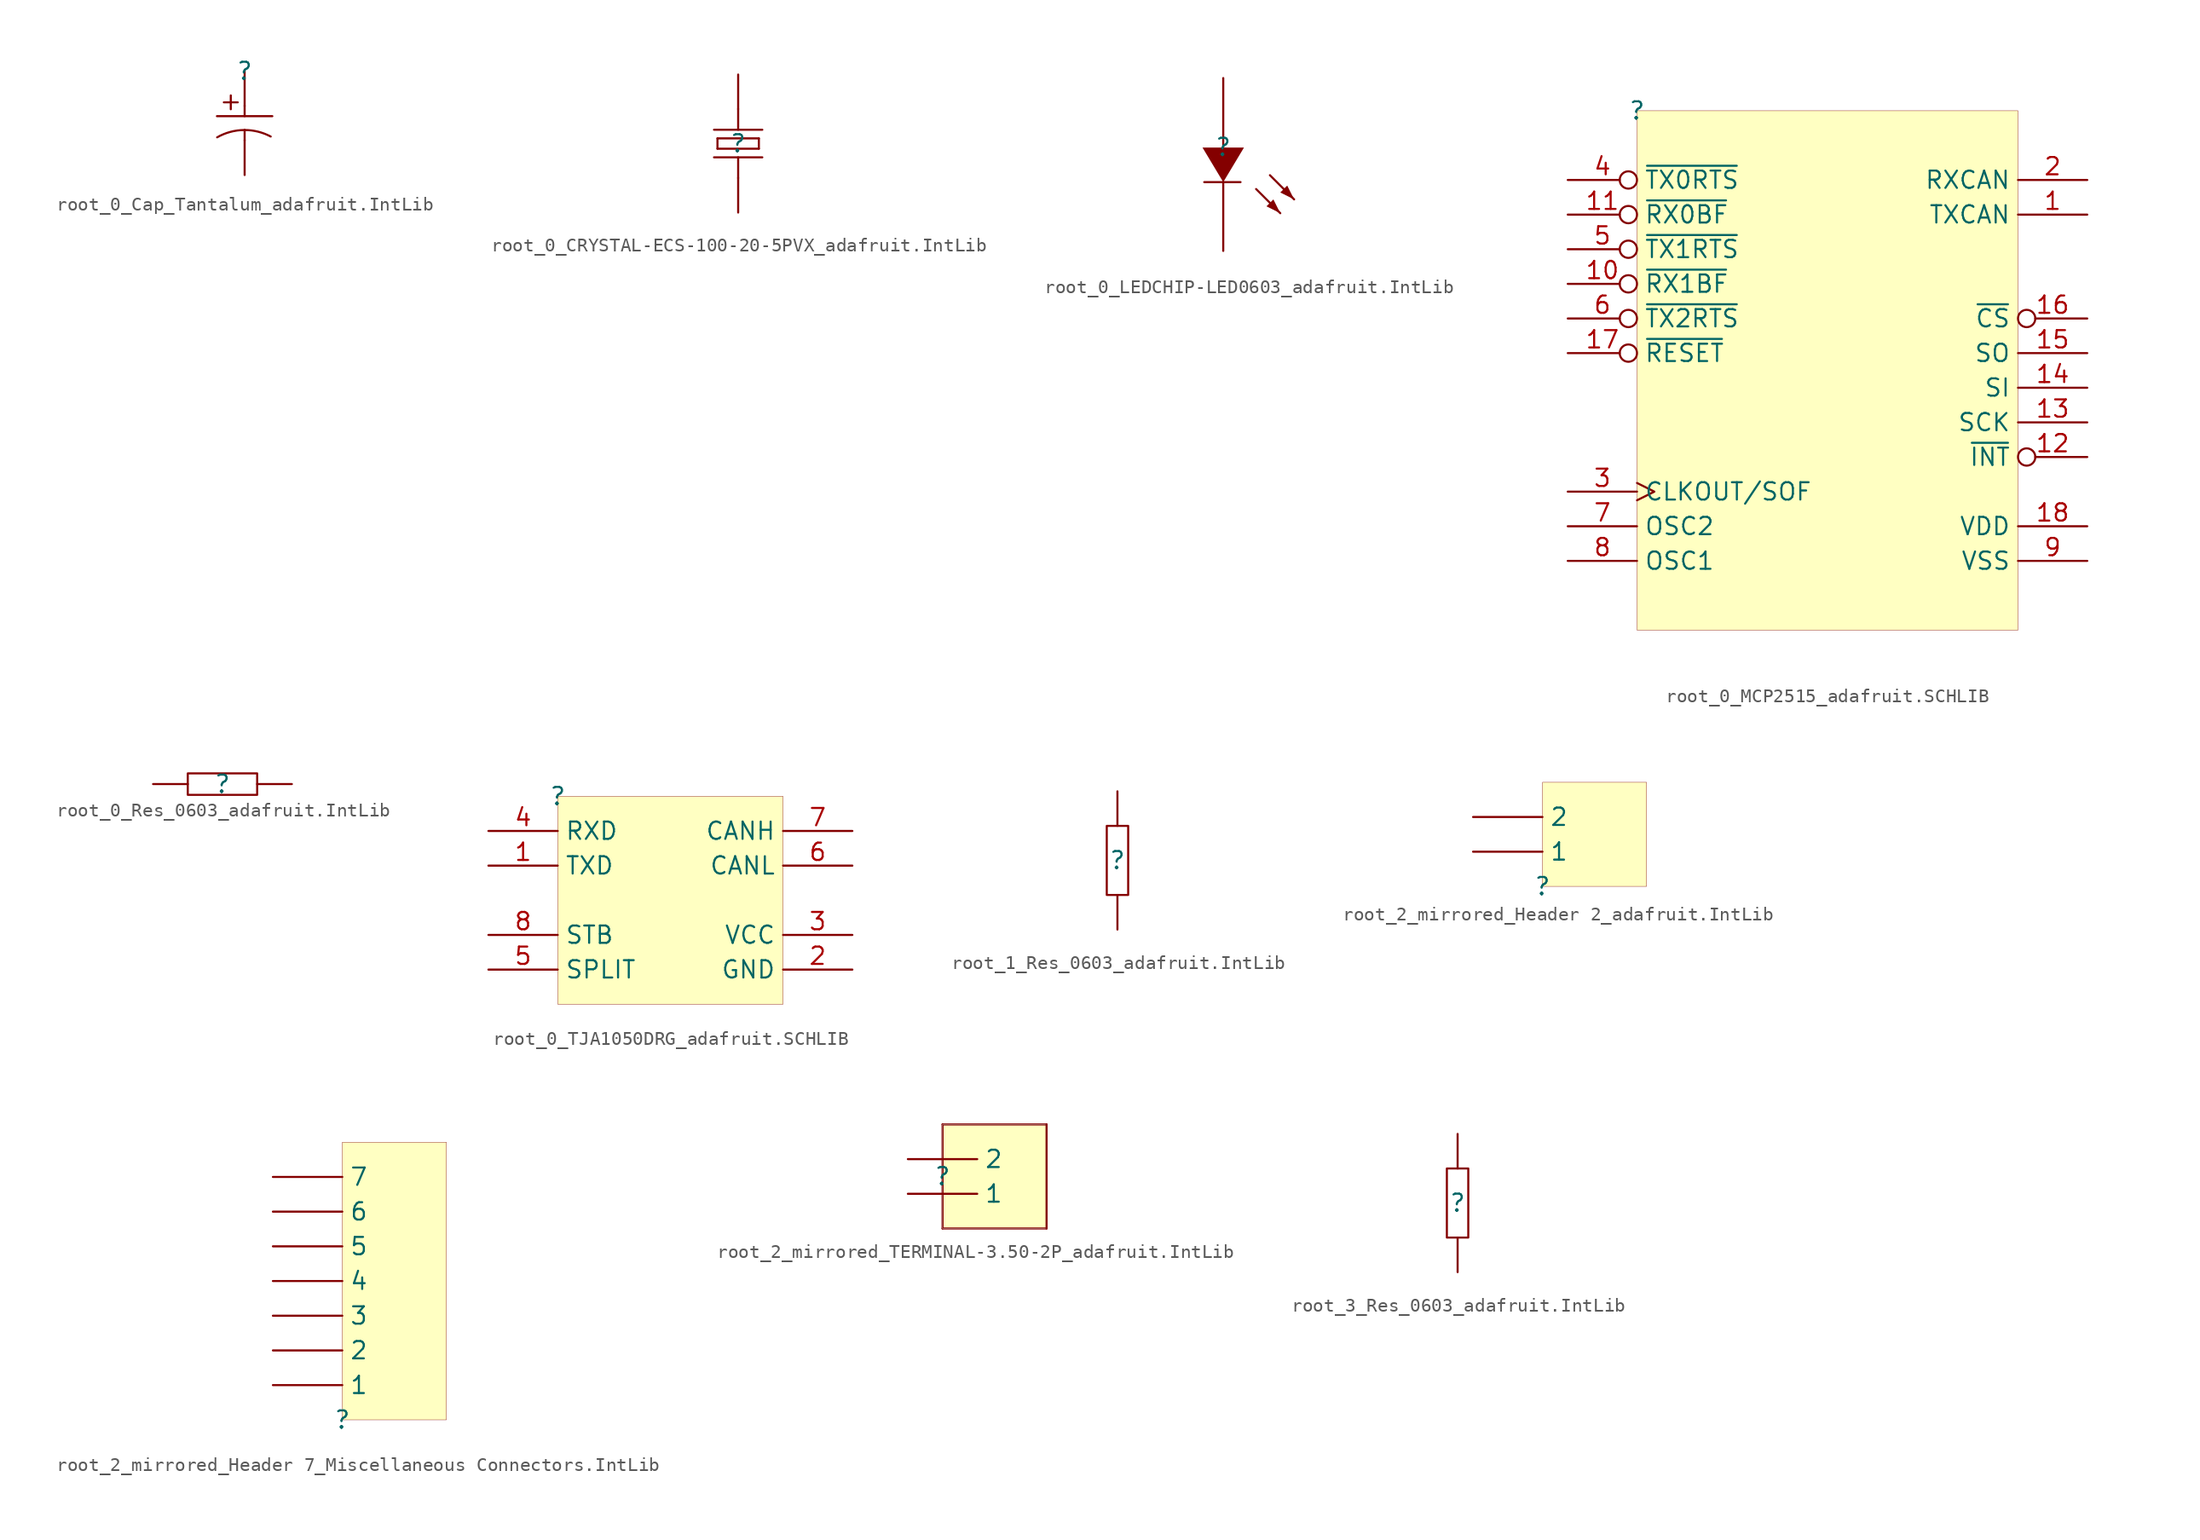
<source format=kicad_sym>
(kicad_symbol_lib
  (version 20241209)
  (generator "kicad_symbol_editor")
  (generator_version "9.0")
  (symbol "root_0_Cap_Tantalum_adafruit.IntLib"
    (pin_numbers
      (hide yes))
    (pin_names
      (hide yes))
    (property "Reference" ""
      (at 0 0 0)
      (effects (font (size 1.27 1.27))))
    (property "Value" ""
      (at 0 0 0)
      (effects (font (size 1.27 1.27))))
    (symbol "root_0_Cap_Tantalum_adafruit.IntLib_1_0"
      (polyline (pts (xy -2.032 -3.302) (xy 2.032 -3.302)) (stroke (width 0) (type solid)) (fill (type none)))
      (polyline (pts (xy -1.524 -2.286) (xy -0.508 -2.286)) (stroke (width 0) (type solid)) (fill (type none)))
      (polyline (pts (xy -1.016 -1.778) (xy -1.016 -2.794)) (stroke (width 0) (type solid)) (fill (type none)))
      (polyline (pts (xy 0 -2.54) (xy 0 -3.302)) (stroke (width 0) (type solid)) (fill (type none)))
      (polyline (pts (xy 0 -4.318) (xy 0 -5.08)) (stroke (width 0) (type solid)) (fill (type none)))
      (arc (start -2.0163 -4.8535) (mid -1.0431 -4.4542) (end 0 -4.318) (stroke (width 0) (type solid)) (fill (type none)))
      (arc (start 0 -4.318) (mid 0.9856 -4.4393) (end 1.9124 -4.7961) (stroke (width 0) (type solid)) (fill (type none)))
      (pin passive line (at 0 0 270) (length 2.54) (name "1" (effects (font (size 1.27 1.27)))) (number "1" (effects (font (size 1.27 1.27)))))
      (pin passive line (at 0 -7.62 90) (length 2.54) (name "2" (effects (font (size 1.27 1.27)))) (number "2" (effects (font (size 1.27 1.27)))))))
  (symbol "root_0_CRYSTAL-ECS-100-20-5PVX_adafruit.IntLib"
    (pin_numbers
      (hide yes))
    (pin_names
      (hide yes))
    (property "Reference" ""
      (at 0 0 0)
      (effects (font (size 1.27 1.27))))
    (property "Value" ""
      (at 0 0 0)
      (effects (font (size 1.27 1.27))))
    (symbol "root_0_CRYSTAL-ECS-100-20-5PVX_adafruit.IntLib_1_0"
      (polyline (pts (xy -1.778 1.016) (xy 1.778 1.016)) (stroke (width 0) (type solid)) (fill (type none)))
      (polyline (pts (xy -1.778 -1.016) (xy 1.778 -1.016)) (stroke (width 0) (type solid)) (fill (type none)))
      (polyline (pts (xy -1.524 0.381) (xy -1.524 -0.381)) (stroke (width 0) (type solid)) (fill (type none)))
      (polyline (pts (xy -1.524 -0.381) (xy 1.524 -0.381)) (stroke (width 0) (type solid)) (fill (type none)))
      (polyline (pts (xy 0 1.016) (xy 0 2.54)) (stroke (width 0) (type solid)) (fill (type none)))
      (polyline (pts (xy 0 -2.54) (xy 0 -1.016)) (stroke (width 0) (type solid)) (fill (type none)))
      (polyline (pts (xy 1.524 0.381) (xy -1.524 0.381)) (stroke (width 0) (type solid)) (fill (type none)))
      (polyline (pts (xy 1.524 -0.381) (xy 1.524 0.381)) (stroke (width 0) (type solid)) (fill (type none)))
      (pin passive line (at 0 5.08 270) (length 2.54) (name "2" (effects (font (size 1.27 1.27)))) (number "2" (effects (font (size 1.27 1.27)))))
      (pin passive line (at 0 -5.08 90) (length 2.54) (name "1" (effects (font (size 1.27 1.27)))) (number "1" (effects (font (size 1.27 1.27)))))))
  (symbol "root_0_LEDCHIP-LED0603_adafruit.IntLib"
    (pin_numbers
      (hide yes))
    (pin_names
      (hide yes))
    (property "Reference" ""
      (at 0 0 0)
      (effects (font (size 1.27 1.27))))
    (property "Value" ""
      (at 0 0 0)
      (effects (font (size 1.27 1.27))))
    (symbol "root_0_LEDCHIP-LED0603_adafruit.IntLib_1_0"
      (polyline (pts (xy -1.524 -0.025) (xy 0 -2.565) (xy 1.524 -0.025) (xy -1.524 -0.025)) (stroke (width -0.0001) (type solid)) (fill (type outline)))
      (polyline (pts (xy 1.27 -2.565) (xy -1.397 -2.565)) (stroke (width 0) (type solid)) (fill (type none)))
      (polyline (pts (xy 2.413 -3.073) (xy 4.191 -4.851)) (stroke (width 0) (type solid)) (fill (type none)))
      (polyline (pts (xy 3.429 -2.057) (xy 5.207 -3.835)) (stroke (width 0) (type solid)) (fill (type none)))
      (polyline (pts (xy 4.191 -4.851) (xy 3.683 -3.835) (xy 3.175 -4.343) (xy 4.191 -4.851)) (stroke (width -0.0001) (type solid)) (fill (type outline)))
      (polyline (pts (xy 5.207 -3.835) (xy 4.699 -2.819) (xy 4.191 -3.327) (xy 5.207 -3.835)) (stroke (width -0.0001) (type solid)) (fill (type outline)))
      (pin passive line (at 0 5.08 270) (length 5.08) (name "A" (effects (font (size 1.27 1.27)))) (number "A" (effects (font (size 1.27 1.27)))))
      (pin passive line (at 0 -7.62 90) (length 5.08) (name "K" (effects (font (size 1.27 1.27)))) (number "C" (effects (font (size 1.27 1.27)))))))
  (symbol "root_0_MCP2515_adafruit.SCHLIB"
    (property "Reference" ""
      (at 0 0 0)
      (effects (font (size 1.27 1.27))))
    (property "Value" ""
      (at 0 0 0)
      (effects (font (size 1.27 1.27))))
    (symbol "root_0_MCP2515_adafruit.SCHLIB_1_0"
      (rectangle (start 27.94 0) (end 0 -38.1) (stroke (width 0.025) (type solid) (color 128 0 0 1)) (fill (type background)))
      (pin passive inverted (at -5.08 -5.08 0) (length 5.08) (name "~{TX0RTS}" (effects (font (size 1.27 1.27)))) (number "4" (effects (font (size 1.27 1.27)))))
      (pin passive inverted (at -5.08 -7.62 0) (length 5.08) (name "~{RX0BF}" (effects (font (size 1.27 1.27)))) (number "11" (effects (font (size 1.27 1.27)))))
      (pin passive inverted (at -5.08 -10.16 0) (length 5.08) (name "~{TX1RTS}" (effects (font (size 1.27 1.27)))) (number "5" (effects (font (size 1.27 1.27)))))
      (pin passive inverted (at -5.08 -12.7 0) (length 5.08) (name "~{RX1BF}" (effects (font (size 1.27 1.27)))) (number "10" (effects (font (size 1.27 1.27)))))
      (pin passive inverted (at -5.08 -15.24 0) (length 5.08) (name "~{TX2RTS}" (effects (font (size 1.27 1.27)))) (number "6" (effects (font (size 1.27 1.27)))))
      (pin passive inverted (at -5.08 -17.78 0) (length 5.08) (name "~{RESET}" (effects (font (size 1.27 1.27)))) (number "17" (effects (font (size 1.27 1.27)))))
      (pin passive clock (at -5.08 -27.94 0) (length 5.08) (name "CLKOUT/SOF" (effects (font (size 1.27 1.27)))) (number "3" (effects (font (size 1.27 1.27)))))
      (pin passive line (at -5.08 -30.48 0) (length 5.08) (name "OSC2" (effects (font (size 1.27 1.27)))) (number "7" (effects (font (size 1.27 1.27)))))
      (pin passive line (at -5.08 -33.02 0) (length 5.08) (name "OSC1" (effects (font (size 1.27 1.27)))) (number "8" (effects (font (size 1.27 1.27)))))
      (pin passive line (at 33.02 -5.08 180) (length 5.08) (name "RXCAN" (effects (font (size 1.27 1.27)))) (number "2" (effects (font (size 1.27 1.27)))))
      (pin passive line (at 33.02 -7.62 180) (length 5.08) (name "TXCAN" (effects (font (size 1.27 1.27)))) (number "1" (effects (font (size 1.27 1.27)))))
      (pin passive inverted (at 33.02 -15.24 180) (length 5.08) (name "~{CS}" (effects (font (size 1.27 1.27)))) (number "16" (effects (font (size 1.27 1.27)))))
      (pin passive line (at 33.02 -17.78 180) (length 5.08) (name "SO" (effects (font (size 1.27 1.27)))) (number "15" (effects (font (size 1.27 1.27)))))
      (pin passive line (at 33.02 -20.32 180) (length 5.08) (name "SI" (effects (font (size 1.27 1.27)))) (number "14" (effects (font (size 1.27 1.27)))))
      (pin passive line (at 33.02 -22.86 180) (length 5.08) (name "SCK" (effects (font (size 1.27 1.27)))) (number "13" (effects (font (size 1.27 1.27)))))
      (pin passive inverted (at 33.02 -25.4 180) (length 5.08) (name "~{INT}" (effects (font (size 1.27 1.27)))) (number "12" (effects (font (size 1.27 1.27)))))
      (pin passive line (at 33.02 -30.48 180) (length 5.08) (name "VDD" (effects (font (size 1.27 1.27)))) (number "18" (effects (font (size 1.27 1.27)))))
      (pin passive line (at 33.02 -33.02 180) (length 5.08) (name "VSS" (effects (font (size 1.27 1.27)))) (number "9" (effects (font (size 1.27 1.27)))))))
  (symbol "root_0_Res_0603_adafruit.IntLib"
    (pin_numbers
      (hide yes))
    (pin_names
      (hide yes))
    (property "Reference" ""
      (at 0 0 0)
      (effects (font (size 1.27 1.27))))
    (property "Value" ""
      (at 0 0 0)
      (effects (font (size 1.27 1.27))))
    (symbol "root_0_Res_0603_adafruit.IntLib_1_0"
      (rectangle (start 2.54 0.783) (end -2.54 -0.79) (stroke (width 0) (type solid)) (fill (type none)))
      (pin passive line (at -5.08 0 0) (length 2.54) (name "2" (effects (font (size 1.27 1.27)))) (number "2" (effects (font (size 1.27 1.27)))))
      (pin passive line (at 5.08 0 180) (length 2.54) (name "1" (effects (font (size 1.27 1.27)))) (number "1" (effects (font (size 1.27 1.27)))))))
  (symbol "root_0_TJA1050DRG_adafruit.SCHLIB"
    (property "Reference" ""
      (at 0 0 0)
      (effects (font (size 1.27 1.27))))
    (property "Value" ""
      (at 0 0 0)
      (effects (font (size 1.27 1.27))))
    (symbol "root_0_TJA1050DRG_adafruit.SCHLIB_1_0"
      (rectangle (start 16.51 0) (end 0 -15.24) (stroke (width 0.025) (type solid) (color 128 0 0 1)) (fill (type background)))
      (pin passive line (at -5.08 -2.54 0) (length 5.08) (name "RXD" (effects (font (size 1.27 1.27)))) (number "4" (effects (font (size 1.27 1.27)))))
      (pin passive line (at -5.08 -5.08 0) (length 5.08) (name "TXD" (effects (font (size 1.27 1.27)))) (number "1" (effects (font (size 1.27 1.27)))))
      (pin passive line (at -5.08 -10.16 0) (length 5.08) (name "STB" (effects (font (size 1.27 1.27)))) (number "8" (effects (font (size 1.27 1.27)))))
      (pin passive line (at -5.08 -12.7 0) (length 5.08) (name "SPLIT" (effects (font (size 1.27 1.27)))) (number "5" (effects (font (size 1.27 1.27)))))
      (pin passive line (at 21.59 -2.54 180) (length 5.08) (name "CANH" (effects (font (size 1.27 1.27)))) (number "7" (effects (font (size 1.27 1.27)))))
      (pin passive line (at 21.59 -5.08 180) (length 5.08) (name "CANL" (effects (font (size 1.27 1.27)))) (number "6" (effects (font (size 1.27 1.27)))))
      (pin passive line (at 21.59 -10.16 180) (length 5.08) (name "VCC" (effects (font (size 1.27 1.27)))) (number "3" (effects (font (size 1.27 1.27)))))
      (pin passive line (at 21.59 -12.7 180) (length 5.08) (name "GND" (effects (font (size 1.27 1.27)))) (number "2" (effects (font (size 1.27 1.27)))))))
  (symbol "root_1_Res_0603_adafruit.IntLib"
    (pin_numbers
      (hide yes))
    (pin_names
      (hide yes))
    (property "Reference" ""
      (at 0 0 0)
      (effects (font (size 1.27 1.27))))
    (property "Value" ""
      (at 0 0 0)
      (effects (font (size 1.27 1.27))))
    (symbol "root_1_Res_0603_adafruit.IntLib_1_0"
      (rectangle (start 0.79 2.54) (end -0.783 -2.54) (stroke (width 0) (type solid)) (fill (type none)))
      (pin passive line (at 0 5.08 270) (length 2.54) (name "1" (effects (font (size 1.27 1.27)))) (number "1" (effects (font (size 1.27 1.27)))))
      (pin passive line (at 0 -5.08 90) (length 2.54) (name "2" (effects (font (size 1.27 1.27)))) (number "2" (effects (font (size 1.27 1.27)))))))
  (symbol "root_2_mirrored_Header 2_adafruit.IntLib"
    (pin_numbers
      (hide yes))
    (property "Reference" ""
      (at 0 0 0)
      (effects (font (size 1.27 1.27))))
    (property "Value" ""
      (at 0 0 0)
      (effects (font (size 1.27 1.27))))
    (symbol "root_2_mirrored_Header 2_adafruit.IntLib_1_0"
      (rectangle (start 7.62 7.62) (end 0 0) (stroke (width 0.025) (type solid) (color 128 0 0 1)) (fill (type background)))
      (pin passive line (at -5.08 5.08 0) (length 5.08) (name "2" (effects (font (size 1.27 1.27)))) (number "2" (effects (font (size 1.27 1.27)))))
      (pin passive line (at -5.08 2.54 0) (length 5.08) (name "1" (effects (font (size 1.27 1.27)))) (number "1" (effects (font (size 1.27 1.27)))))))
  (symbol "root_2_mirrored_Header 7_Miscellaneous Connectors.IntLib"
    (pin_numbers
      (hide yes))
    (property "Reference" ""
      (at 0 0 0)
      (effects (font (size 1.27 1.27))))
    (property "Value" ""
      (at 0 0 0)
      (effects (font (size 1.27 1.27))))
    (symbol "root_2_mirrored_Header 7_Miscellaneous Connectors.IntLib_1_0"
      (rectangle (start 7.62 20.32) (end 0 0) (stroke (width 0.025) (type solid) (color 128 0 0 1)) (fill (type background)))
      (pin passive line (at -5.08 17.78 0) (length 5.08) (name "7" (effects (font (size 1.27 1.27)))) (number "7" (effects (font (size 1.27 1.27)))))
      (pin passive line (at -5.08 15.24 0) (length 5.08) (name "6" (effects (font (size 1.27 1.27)))) (number "6" (effects (font (size 1.27 1.27)))))
      (pin passive line (at -5.08 12.7 0) (length 5.08) (name "5" (effects (font (size 1.27 1.27)))) (number "5" (effects (font (size 1.27 1.27)))))
      (pin passive line (at -5.08 10.16 0) (length 5.08) (name "4" (effects (font (size 1.27 1.27)))) (number "4" (effects (font (size 1.27 1.27)))))
      (pin passive line (at -5.08 7.62 0) (length 5.08) (name "3" (effects (font (size 1.27 1.27)))) (number "3" (effects (font (size 1.27 1.27)))))
      (pin passive line (at -5.08 5.08 0) (length 5.08) (name "2" (effects (font (size 1.27 1.27)))) (number "2" (effects (font (size 1.27 1.27)))))
      (pin passive line (at -5.08 2.54 0) (length 5.08) (name "1" (effects (font (size 1.27 1.27)))) (number "1" (effects (font (size 1.27 1.27)))))))
  (symbol "root_2_mirrored_TERMINAL-3.50-2P_adafruit.IntLib"
    (pin_numbers
      (hide yes))
    (property "Reference" ""
      (at 0 0 0)
      (effects (font (size 1.27 1.27))))
    (property "Value" ""
      (at 0 0 0)
      (effects (font (size 1.27 1.27))))
    (symbol "root_2_mirrored_TERMINAL-3.50-2P_adafruit.IntLib_1_0"
      (polyline (pts (xy 0 3.81) (xy 0 -3.81)) (stroke (width 0) (type solid)) (fill (type none)))
      (polyline (pts (xy 0 -3.81) (xy 7.62 -3.81)) (stroke (width 0) (type solid)) (fill (type none)))
      (polyline (pts (xy 7.62 3.81) (xy 0 3.81)) (stroke (width 0) (type solid)) (fill (type none)))
      (rectangle (start 7.62 3.81) (end 0 -3.81) (stroke (width 0.025) (type solid) (color 208 224 227 1)) (fill (type background)))
      (polyline (pts (xy 7.62 -3.81) (xy 7.62 3.81)) (stroke (width 0) (type solid)) (fill (type none)))
      (pin passive line (at -2.54 1.27 0) (length 5.08) (name "2" (effects (font (size 1.27 1.27)))) (number "2" (effects (font (size 1.27 1.27)))))
      (pin passive line (at -2.54 -1.27 0) (length 5.08) (name "1" (effects (font (size 1.27 1.27)))) (number "1" (effects (font (size 1.27 1.27)))))))
  (symbol "root_3_Res_0603_adafruit.IntLib"
    (pin_numbers
      (hide yes))
    (pin_names
      (hide yes))
    (property "Reference" ""
      (at 0 0 0)
      (effects (font (size 1.27 1.27))))
    (property "Value" ""
      (at 0 0 0)
      (effects (font (size 1.27 1.27))))
    (symbol "root_3_Res_0603_adafruit.IntLib_1_0"
      (rectangle (start 0.783 2.54) (end -0.79 -2.54) (stroke (width 0) (type solid)) (fill (type none)))
      (pin passive line (at 0 5.08 270) (length 2.54) (name "2" (effects (font (size 1.27 1.27)))) (number "2" (effects (font (size 1.27 1.27)))))
      (pin passive line (at 0 -5.08 90) (length 2.54) (name "1" (effects (font (size 1.27 1.27)))) (number "1" (effects (font (size 1.27 1.27))))))))
</source>
